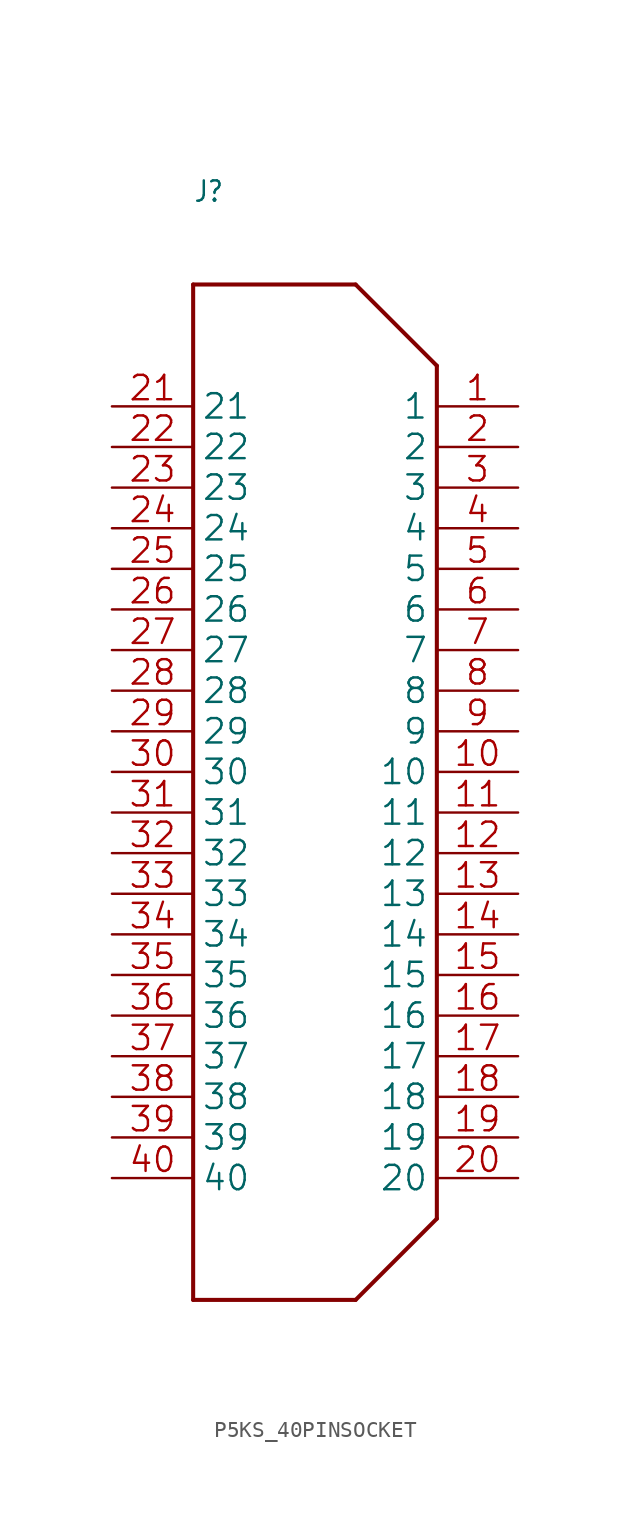
<source format=kicad_sym>
(kicad_symbol_lib
  (version 20241209)
  (generator "kicad_symbol_editor")
  (generator_version "9.0")
  (symbol "P5KS_40PINSOCKET"
    (property "Reference" "J"
      (at -7.62 7.62 0)
      (effects (font (size 1.27 1.079)) (justify left bottom)))
    (property "Value" ""
      (at -7.62 5.08 0)
      (effects (font (size 1.27 1.079)) (justify left bottom)))
    (property "ki_locked" ""
      (at 0 0 0)
      (effects (font (size 1.27 1.27))))
    (symbol "P5KS_40PINSOCKET_1_0"
      (polyline (pts (xy -7.62 2.54) (xy 2.54 2.54)) (stroke (width 0.254) (type solid)) (fill (type none)))
      (polyline (pts (xy -7.62 -60.96) (xy -7.62 2.54)) (stroke (width 0.254) (type solid)) (fill (type none)))
      (polyline (pts (xy 2.54 2.54) (xy 7.62 -2.54)) (stroke (width 0.254) (type solid)) (fill (type none)))
      (polyline (pts (xy 2.54 -60.96) (xy -7.62 -60.96)) (stroke (width 0.254) (type solid)) (fill (type none)))
      (polyline (pts (xy 7.62 -2.54) (xy 7.62 -55.88)) (stroke (width 0.254) (type solid)) (fill (type none)))
      (polyline (pts (xy 7.62 -55.88) (xy 2.54 -60.96)) (stroke (width 0.254) (type solid)) (fill (type none)))
      (pin bidirectional line (at -12.7 -5.08 0) (length 5.08) (name "21" (effects (font (size 1.524 1.524)))) (number "21" (effects (font (size 1.524 1.524)))))
      (pin bidirectional line (at -12.7 -7.62 0) (length 5.08) (name "22" (effects (font (size 1.524 1.524)))) (number "22" (effects (font (size 1.524 1.524)))))
      (pin bidirectional line (at -12.7 -10.16 0) (length 5.08) (name "23" (effects (font (size 1.524 1.524)))) (number "23" (effects (font (size 1.524 1.524)))))
      (pin bidirectional line (at -12.7 -12.7 0) (length 5.08) (name "24" (effects (font (size 1.524 1.524)))) (number "24" (effects (font (size 1.524 1.524)))))
      (pin bidirectional line (at -12.7 -15.24 0) (length 5.08) (name "25" (effects (font (size 1.524 1.524)))) (number "25" (effects (font (size 1.524 1.524)))))
      (pin bidirectional line (at -12.7 -17.78 0) (length 5.08) (name "26" (effects (font (size 1.524 1.524)))) (number "26" (effects (font (size 1.524 1.524)))))
      (pin bidirectional line (at -12.7 -20.32 0) (length 5.08) (name "27" (effects (font (size 1.524 1.524)))) (number "27" (effects (font (size 1.524 1.524)))))
      (pin bidirectional line (at -12.7 -22.86 0) (length 5.08) (name "28" (effects (font (size 1.524 1.524)))) (number "28" (effects (font (size 1.524 1.524)))))
      (pin bidirectional line (at -12.7 -25.4 0) (length 5.08) (name "29" (effects (font (size 1.524 1.524)))) (number "29" (effects (font (size 1.524 1.524)))))
      (pin bidirectional line (at -12.7 -27.94 0) (length 5.08) (name "30" (effects (font (size 1.524 1.524)))) (number "30" (effects (font (size 1.524 1.524)))))
      (pin bidirectional line (at -12.7 -30.48 0) (length 5.08) (name "31" (effects (font (size 1.524 1.524)))) (number "31" (effects (font (size 1.524 1.524)))))
      (pin bidirectional line (at -12.7 -33.02 0) (length 5.08) (name "32" (effects (font (size 1.524 1.524)))) (number "32" (effects (font (size 1.524 1.524)))))
      (pin bidirectional line (at -12.7 -35.56 0) (length 5.08) (name "33" (effects (font (size 1.524 1.524)))) (number "33" (effects (font (size 1.524 1.524)))))
      (pin bidirectional line (at -12.7 -38.1 0) (length 5.08) (name "34" (effects (font (size 1.524 1.524)))) (number "34" (effects (font (size 1.524 1.524)))))
      (pin bidirectional line (at -12.7 -40.64 0) (length 5.08) (name "35" (effects (font (size 1.524 1.524)))) (number "35" (effects (font (size 1.524 1.524)))))
      (pin bidirectional line (at -12.7 -43.18 0) (length 5.08) (name "36" (effects (font (size 1.524 1.524)))) (number "36" (effects (font (size 1.524 1.524)))))
      (pin bidirectional line (at -12.7 -45.72 0) (length 5.08) (name "37" (effects (font (size 1.524 1.524)))) (number "37" (effects (font (size 1.524 1.524)))))
      (pin bidirectional line (at -12.7 -48.26 0) (length 5.08) (name "38" (effects (font (size 1.524 1.524)))) (number "38" (effects (font (size 1.524 1.524)))))
      (pin bidirectional line (at -12.7 -50.8 0) (length 5.08) (name "39" (effects (font (size 1.524 1.524)))) (number "39" (effects (font (size 1.524 1.524)))))
      (pin bidirectional line (at -12.7 -53.34 0) (length 5.08) (name "40" (effects (font (size 1.524 1.524)))) (number "40" (effects (font (size 1.524 1.524)))))
      (pin bidirectional line (at 12.7 -5.08 180) (length 5.08) (name "1" (effects (font (size 1.524 1.524)))) (number "1" (effects (font (size 1.524 1.524)))))
      (pin bidirectional line (at 12.7 -7.62 180) (length 5.08) (name "2" (effects (font (size 1.524 1.524)))) (number "2" (effects (font (size 1.524 1.524)))))
      (pin bidirectional line (at 12.7 -10.16 180) (length 5.08) (name "3" (effects (font (size 1.524 1.524)))) (number "3" (effects (font (size 1.524 1.524)))))
      (pin bidirectional line (at 12.7 -12.7 180) (length 5.08) (name "4" (effects (font (size 1.524 1.524)))) (number "4" (effects (font (size 1.524 1.524)))))
      (pin bidirectional line (at 12.7 -15.24 180) (length 5.08) (name "5" (effects (font (size 1.524 1.524)))) (number "5" (effects (font (size 1.524 1.524)))))
      (pin bidirectional line (at 12.7 -17.78 180) (length 5.08) (name "6" (effects (font (size 1.524 1.524)))) (number "6" (effects (font (size 1.524 1.524)))))
      (pin bidirectional line (at 12.7 -20.32 180) (length 5.08) (name "7" (effects (font (size 1.524 1.524)))) (number "7" (effects (font (size 1.524 1.524)))))
      (pin bidirectional line (at 12.7 -22.86 180) (length 5.08) (name "8" (effects (font (size 1.524 1.524)))) (number "8" (effects (font (size 1.524 1.524)))))
      (pin bidirectional line (at 12.7 -25.4 180) (length 5.08) (name "9" (effects (font (size 1.524 1.524)))) (number "9" (effects (font (size 1.524 1.524)))))
      (pin bidirectional line (at 12.7 -27.94 180) (length 5.08) (name "10" (effects (font (size 1.524 1.524)))) (number "10" (effects (font (size 1.524 1.524)))))
      (pin bidirectional line (at 12.7 -30.48 180) (length 5.08) (name "11" (effects (font (size 1.524 1.524)))) (number "11" (effects (font (size 1.524 1.524)))))
      (pin bidirectional line (at 12.7 -33.02 180) (length 5.08) (name "12" (effects (font (size 1.524 1.524)))) (number "12" (effects (font (size 1.524 1.524)))))
      (pin bidirectional line (at 12.7 -35.56 180) (length 5.08) (name "13" (effects (font (size 1.524 1.524)))) (number "13" (effects (font (size 1.524 1.524)))))
      (pin bidirectional line (at 12.7 -38.1 180) (length 5.08) (name "14" (effects (font (size 1.524 1.524)))) (number "14" (effects (font (size 1.524 1.524)))))
      (pin bidirectional line (at 12.7 -40.64 180) (length 5.08) (name "15" (effects (font (size 1.524 1.524)))) (number "15" (effects (font (size 1.524 1.524)))))
      (pin bidirectional line (at 12.7 -43.18 180) (length 5.08) (name "16" (effects (font (size 1.524 1.524)))) (number "16" (effects (font (size 1.524 1.524)))))
      (pin bidirectional line (at 12.7 -45.72 180) (length 5.08) (name "17" (effects (font (size 1.524 1.524)))) (number "17" (effects (font (size 1.524 1.524)))))
      (pin bidirectional line (at 12.7 -48.26 180) (length 5.08) (name "18" (effects (font (size 1.524 1.524)))) (number "18" (effects (font (size 1.524 1.524)))))
      (pin bidirectional line (at 12.7 -50.8 180) (length 5.08) (name "19" (effects (font (size 1.524 1.524)))) (number "19" (effects (font (size 1.524 1.524)))))
      (pin bidirectional line (at 12.7 -53.34 180) (length 5.08) (name "20" (effects (font (size 1.524 1.524)))) (number "20" (effects (font (size 1.524 1.524))))))))
</source>
